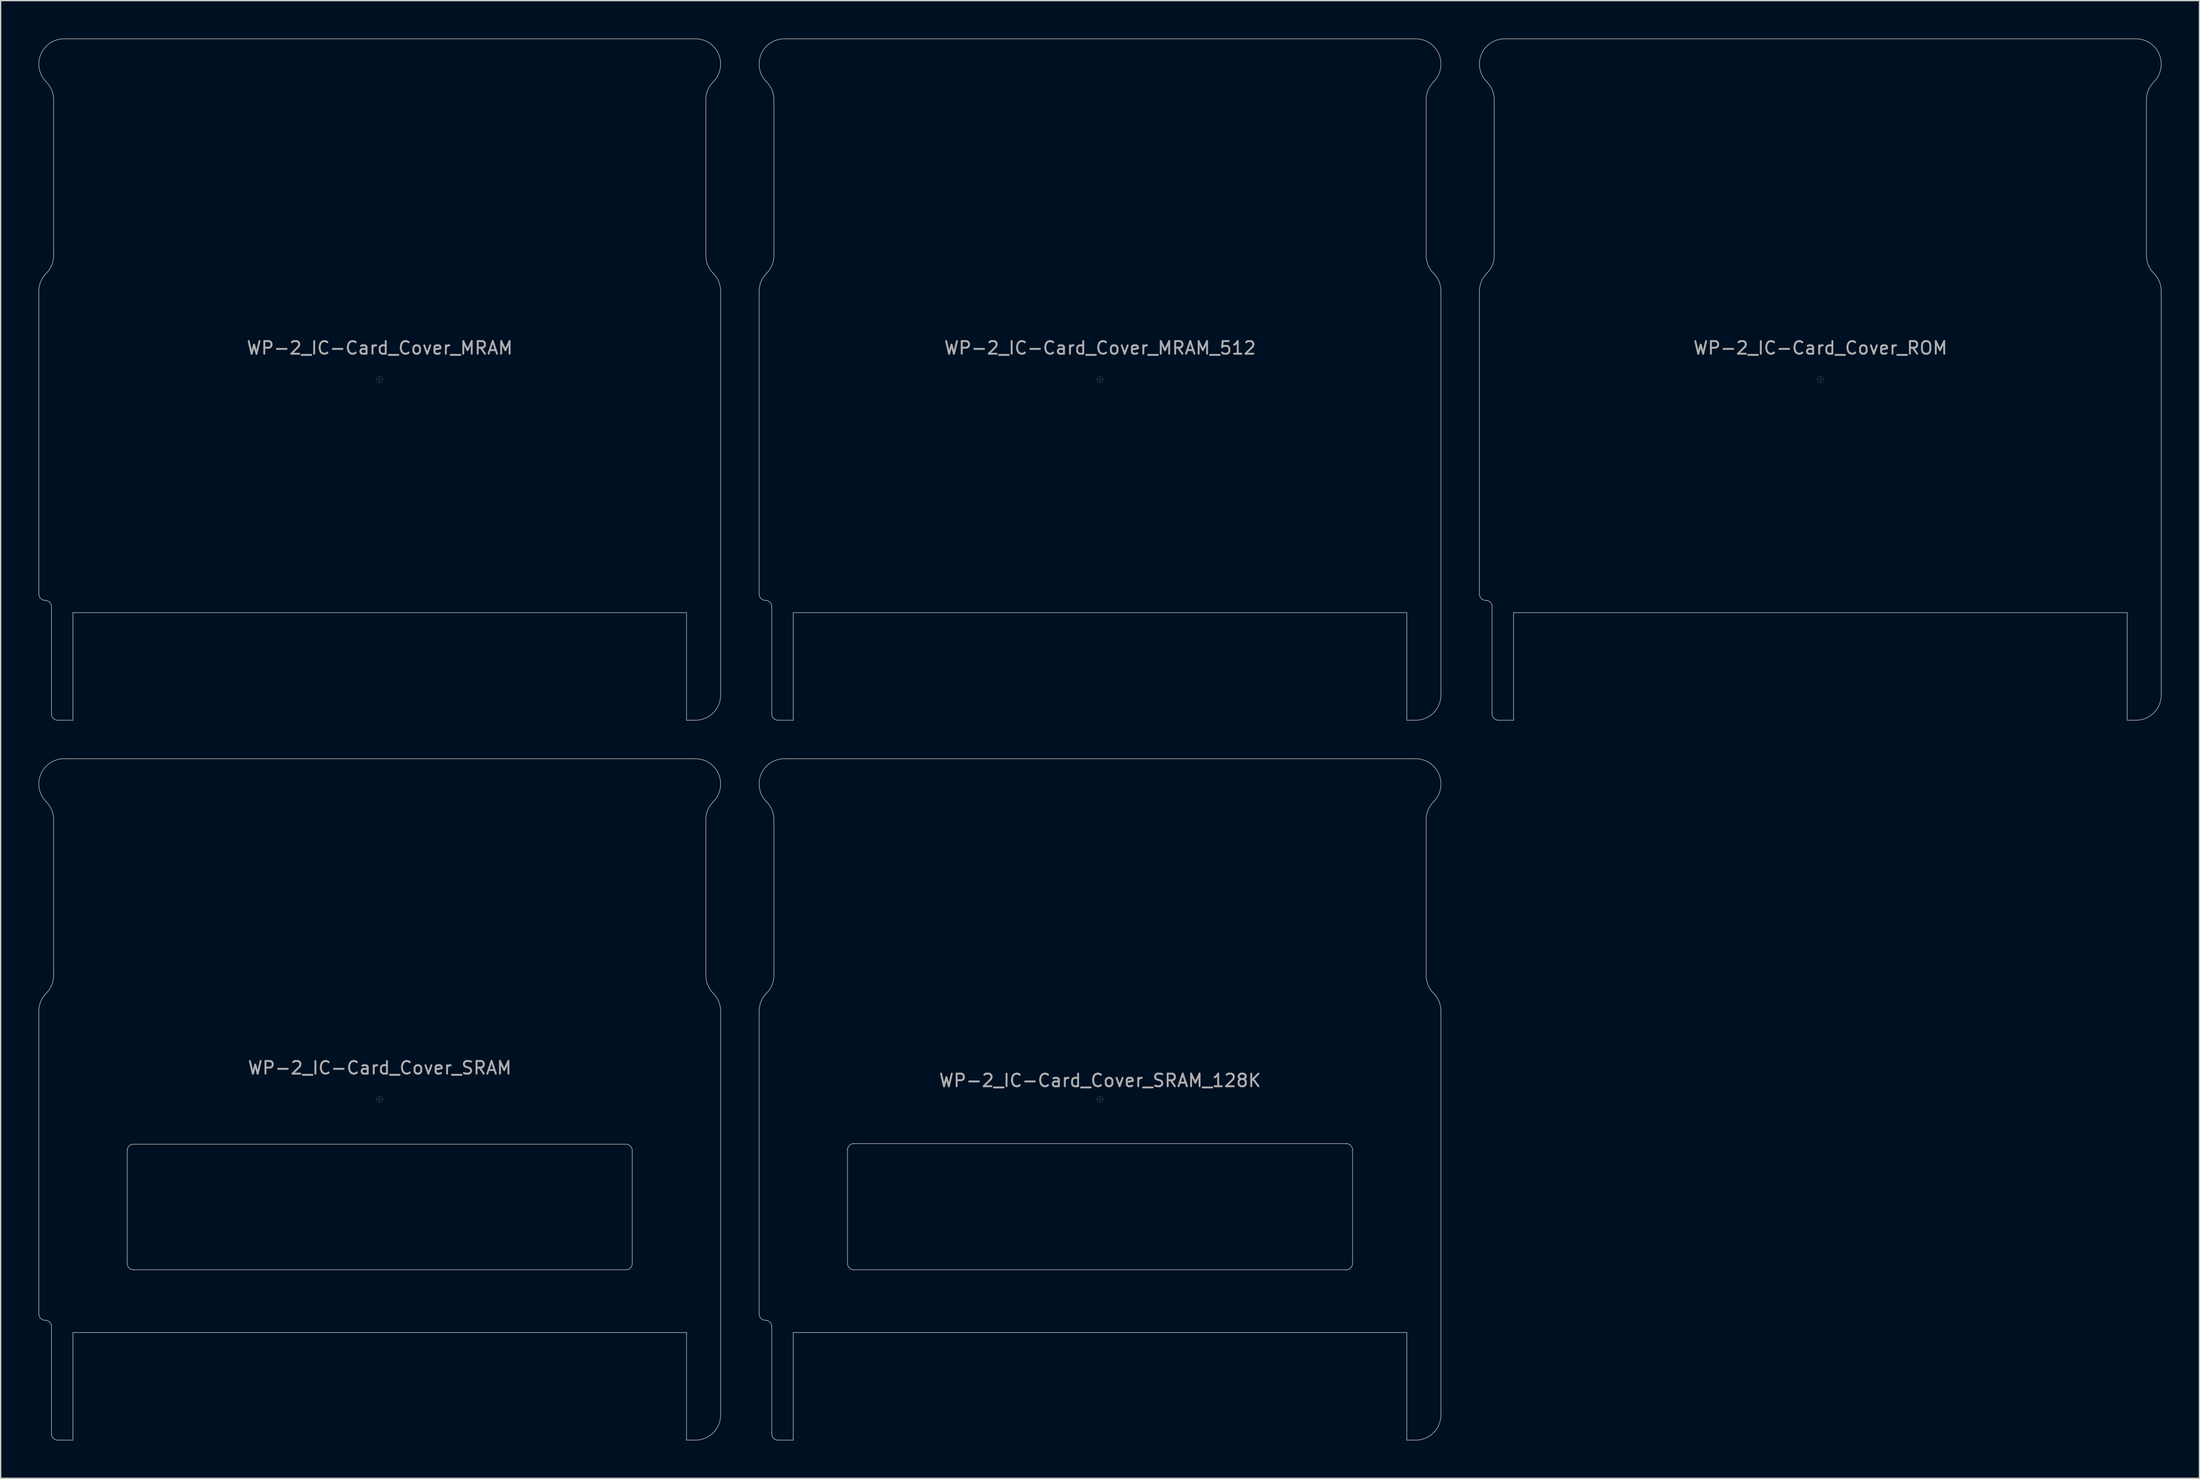
<source format=kicad_pcb>
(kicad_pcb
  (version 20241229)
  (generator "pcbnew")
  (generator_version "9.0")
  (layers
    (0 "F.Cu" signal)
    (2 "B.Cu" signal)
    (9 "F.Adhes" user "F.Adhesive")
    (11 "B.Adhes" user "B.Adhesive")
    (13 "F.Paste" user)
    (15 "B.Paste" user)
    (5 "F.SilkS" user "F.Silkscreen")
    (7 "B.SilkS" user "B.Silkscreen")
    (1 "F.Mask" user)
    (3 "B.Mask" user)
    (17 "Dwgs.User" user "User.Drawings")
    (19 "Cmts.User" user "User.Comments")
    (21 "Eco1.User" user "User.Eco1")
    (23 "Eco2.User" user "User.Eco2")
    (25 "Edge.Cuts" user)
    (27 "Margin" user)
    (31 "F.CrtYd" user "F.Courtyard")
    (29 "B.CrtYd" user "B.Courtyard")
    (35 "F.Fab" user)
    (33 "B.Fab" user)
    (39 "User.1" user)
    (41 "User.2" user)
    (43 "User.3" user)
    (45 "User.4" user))
  (footprint "WP-2_IC-Card_Cover_ROM"
    (layer "F.Cu")
    (at 141.125 27.025)
    (property "Reference" "WP-2_IC-Card_Cover_ROM" (at 0 -2.5 0) (unlocked yes) (layer "F.Fab") (effects (font (size 1 1) (thickness 0.15))))
    (attr board_only exclude_from_pos_files exclude_from_bom)
    (fp_line (start -27 17) (end -27 -7) (stroke (width 0.05) (type solid)) (layer "F.Fab"))
    (fp_line (start -26 26.5) (end -26 18) (stroke (width 0.05) (type solid)) (layer "F.Fab"))
    (fp_line (start -25.828 -22.172) (end -25.828 -9.828) (stroke (width 0.05) (type solid)) (layer "F.Fab"))
    (fp_line (start -25 -27) (end 25 -27) (stroke (width 0.05) (type solid)) (layer "F.Fab"))
    (fp_line (start -24.3 18.475) (end -24.3 27) (stroke (width 0.05) (type solid)) (layer "F.Fab"))
    (fp_line (start -24.3 27) (end -25.5 27) (stroke (width 0.05) (type solid)) (layer "F.Fab"))
    (fp_line (start -0.25 0) (end 0.25 0) (stroke (width 0.01) (type default)) (layer "F.Fab"))
    (fp_line (start 0 -0.25) (end 0 0.25) (stroke (width 0.01) (type default)) (layer "F.Fab"))
    (fp_line (start 24.3 18.475) (end -24.3 18.475) (stroke (width 0.05) (type solid)) (layer "F.Fab"))
    (fp_line (start 24.3 27) (end 24.3 18.475) (stroke (width 0.05) (type solid)) (layer "F.Fab"))
    (fp_line (start 25 27) (end 24.3 27) (stroke (width 0.05) (type solid)) (layer "F.Fab"))
    (fp_line (start 25.828 -9.828) (end 25.828 -22.172) (stroke (width 0.05) (type solid)) (layer "F.Fab"))
    (fp_line (start 27 -7) (end 27 25) (stroke (width 0.05) (type solid)) (layer "F.Fab"))
    (fp_arc (start -27 -7) (mid -26.847759 -7.765367) (end -26.414214 -8.414214) (stroke (width 0.05) (type solid)) (layer "F.Fab"))
    (fp_arc (start -26.5 17.5) (mid -26.853553 17.353553) (end -27 17) (stroke (width 0.05) (type solid)) (layer "F.Fab"))
    (fp_arc (start -26.5 17.5) (mid -26.146447 17.646447) (end -26 18) (stroke (width 0.05) (type solid)) (layer "F.Fab"))
    (fp_arc (start -26.414214 -23.585786) (mid -25.980671 -22.936938) (end -25.828427 -22.171572) (stroke (width 0.05) (type solid)) (layer "F.Fab"))
    (fp_arc (start -26.414214 -23.585786) (mid -26.84776 -25.765367) (end -25 -27) (stroke (width 0.05) (type solid)) (layer "F.Fab"))
    (fp_arc (start -25.828427 -9.828428) (mid -25.98066 -9.063058) (end -26.414214 -8.414214) (stroke (width 0.05) (type solid)) (layer "F.Fab"))
    (fp_arc (start -25.5 27) (mid -25.853553 26.853553) (end -26 26.5) (stroke (width 0.05) (type solid)) (layer "F.Fab"))
    (fp_arc (start 25 -27) (mid 26.847759 -25.765367) (end 26.414213 -23.585788) (stroke (width 0.05) (type solid)) (layer "F.Fab"))
    (fp_arc (start 25.828427 -22.171574) (mid 25.980667 -22.936939) (end 26.414213 -23.585788) (stroke (width 0.05) (type solid)) (layer "F.Fab"))
    (fp_arc (start 26.414214 -8.414214) (mid 25.98065 -9.063055) (end 25.828427 -9.828428) (stroke (width 0.05) (type solid)) (layer "F.Fab"))
    (fp_arc (start 26.414214 -8.414214) (mid 26.84776 -7.765367) (end 27 -7) (stroke (width 0.05) (type solid)) (layer "F.Fab"))
    (fp_arc (start 27 25) (mid 26.414214 26.414214) (end 25 27) (stroke (width 0.05) (type solid)) (layer "F.Fab"))
    (fp_circle (center 0 0) (end 0.25 0) (stroke (width 0.01) (type default)) (fill no) (layer "F.Fab")))
  (footprint "WP-2_IC-Card_Cover_SRAM"
    (layer "F.Cu")
    (at 27.025 84.075)
    (property "Reference" "WP-2_IC-Card_Cover_SRAM" (at 0 -2.5 0) (unlocked yes) (layer "F.Fab") (effects (font (size 1 1) (thickness 0.15))))
    (attr board_only exclude_from_pos_files exclude_from_bom)
    (fp_line (start -27 17) (end -27 -7) (stroke (width 0.05) (type solid)) (layer "F.Fab"))
    (fp_line (start -26 26.5) (end -26 18) (stroke (width 0.05) (type solid)) (layer "F.Fab"))
    (fp_line (start -25.828 -22.172) (end -25.828 -9.828) (stroke (width 0.05) (type solid)) (layer "F.Fab"))
    (fp_line (start -25 -27) (end 25 -27) (stroke (width 0.05) (type solid)) (layer "F.Fab"))
    (fp_line (start -24.3 18.475) (end -24.3 27) (stroke (width 0.05) (type solid)) (layer "F.Fab"))
    (fp_line (start -24.3 27) (end -25.5 27) (stroke (width 0.05) (type solid)) (layer "F.Fab"))
    (fp_line (start -20 13) (end -20 4.05) (stroke (width 0.05) (type default)) (layer "F.Fab"))
    (fp_line (start -19.5 3.55) (end 19.5 3.55) (stroke (width 0.05) (type default)) (layer "F.Fab"))
    (fp_line (start -0.25 0) (end 0.25 0) (stroke (width 0.01) (type default)) (layer "F.Fab"))
    (fp_line (start 0 -0.25) (end 0 0.25) (stroke (width 0.01) (type default)) (layer "F.Fab"))
    (fp_line (start 19.5 13.5) (end -19.5 13.5) (stroke (width 0.05) (type default)) (layer "F.Fab"))
    (fp_line (start 20 4.05) (end 20 13) (stroke (width 0.05) (type default)) (layer "F.Fab"))
    (fp_line (start 24.3 18.475) (end -24.3 18.475) (stroke (width 0.05) (type solid)) (layer "F.Fab"))
    (fp_line (start 24.3 27) (end 24.3 18.475) (stroke (width 0.05) (type solid)) (layer "F.Fab"))
    (fp_line (start 25 27) (end 24.3 27) (stroke (width 0.05) (type solid)) (layer "F.Fab"))
    (fp_line (start 25.828 -9.828) (end 25.828 -22.172) (stroke (width 0.05) (type solid)) (layer "F.Fab"))
    (fp_line (start 27 -7) (end 27 25) (stroke (width 0.05) (type solid)) (layer "F.Fab"))
    (fp_arc (start -27 -7) (mid -26.847759 -7.765367) (end -26.414214 -8.414214) (stroke (width 0.05) (type solid)) (layer "F.Fab"))
    (fp_arc (start -26.5 17.5) (mid -26.853553 17.353553) (end -27 17) (stroke (width 0.05) (type solid)) (layer "F.Fab"))
    (fp_arc (start -26.5 17.5) (mid -26.146447 17.646447) (end -26 18) (stroke (width 0.05) (type solid)) (layer "F.Fab"))
    (fp_arc (start -26.414214 -23.585786) (mid -25.980671 -22.936938) (end -25.828427 -22.171572) (stroke (width 0.05) (type solid)) (layer "F.Fab"))
    (fp_arc (start -26.414214 -23.585786) (mid -26.84776 -25.765367) (end -25 -27) (stroke (width 0.05) (type solid)) (layer "F.Fab"))
    (fp_arc (start -25.828427 -9.828428) (mid -25.98066 -9.063058) (end -26.414214 -8.414214) (stroke (width 0.05) (type solid)) (layer "F.Fab"))
    (fp_arc (start -25.5 27) (mid -25.853553 26.853553) (end -26 26.5) (stroke (width 0.05) (type solid)) (layer "F.Fab"))
    (fp_arc (start -20 4.05) (mid -19.853553 3.696447) (end -19.5 3.55) (stroke (width 0.05) (type default)) (layer "F.Fab"))
    (fp_arc (start -19.5 13.499999) (mid -19.853553 13.353553) (end -19.999999 13) (stroke (width 0.05) (type default)) (layer "F.Fab"))
    (fp_arc (start 19.5 3.550001) (mid 19.853553 3.696447) (end 19.999999 4.05) (stroke (width 0.05) (type default)) (layer "F.Fab"))
    (fp_arc (start 19.999999 13) (mid 19.853553 13.353553) (end 19.5 13.499999) (stroke (width 0.05) (type default)) (layer "F.Fab"))
    (fp_arc (start 25 -27) (mid 26.847759 -25.765367) (end 26.414213 -23.585788) (stroke (width 0.05) (type solid)) (layer "F.Fab"))
    (fp_arc (start 25.828427 -22.171574) (mid 25.980667 -22.936939) (end 26.414213 -23.585788) (stroke (width 0.05) (type solid)) (layer "F.Fab"))
    (fp_arc (start 26.414214 -8.414214) (mid 25.98065 -9.063055) (end 25.828427 -9.828428) (stroke (width 0.05) (type solid)) (layer "F.Fab"))
    (fp_arc (start 26.414214 -8.414214) (mid 26.84776 -7.765367) (end 27 -7) (stroke (width 0.05) (type solid)) (layer "F.Fab"))
    (fp_arc (start 27 25) (mid 26.414214 26.414214) (end 25 27) (stroke (width 0.05) (type solid)) (layer "F.Fab"))
    (fp_circle (center 0 0) (end 0.25 0) (stroke (width 0.01) (type default)) (fill no) (layer "F.Fab")))
  (footprint "WP-2_IC-Card_Cover_MRAM_512"
    (layer "F.Cu")
    (at 84.075 27.025)
    (property "Reference" "WP-2_IC-Card_Cover_MRAM_512" (at 0 -2.5 0) (unlocked yes) (layer "F.Fab") (effects (font (size 1 1) (thickness 0.15))))
    (attr exclude_from_pos_files exclude_from_bom allow_missing_courtyard)
    (fp_line (start -27 17) (end -27 -7) (stroke (width 0.05) (type solid)) (layer "F.Fab"))
    (fp_line (start -26 26.5) (end -26 18) (stroke (width 0.05) (type solid)) (layer "F.Fab"))
    (fp_line (start -25.828 -22.172) (end -25.828 -9.828) (stroke (width 0.05) (type solid)) (layer "F.Fab"))
    (fp_line (start -25 -27) (end 25 -27) (stroke (width 0.05) (type solid)) (layer "F.Fab"))
    (fp_line (start -24.3 18.475) (end -24.3 27) (stroke (width 0.05) (type solid)) (layer "F.Fab"))
    (fp_line (start -24.3 27) (end -25.5 27) (stroke (width 0.05) (type solid)) (layer "F.Fab"))
    (fp_line (start -0.25 0) (end 0.25 0) (stroke (width 0.01) (type default)) (layer "F.Fab"))
    (fp_line (start 0 -0.25) (end 0 0.25) (stroke (width 0.01) (type default)) (layer "F.Fab"))
    (fp_line (start 24.3 18.475) (end -24.3 18.475) (stroke (width 0.05) (type solid)) (layer "F.Fab"))
    (fp_line (start 24.3 27) (end 24.3 18.475) (stroke (width 0.05) (type solid)) (layer "F.Fab"))
    (fp_line (start 25 27) (end 24.3 27) (stroke (width 0.05) (type solid)) (layer "F.Fab"))
    (fp_line (start 25.828 -9.828) (end 25.828 -22.172) (stroke (width 0.05) (type solid)) (layer "F.Fab"))
    (fp_line (start 27 -7) (end 27 25) (stroke (width 0.05) (type solid)) (layer "F.Fab"))
    (fp_arc (start -27 -7) (mid -26.847759 -7.765367) (end -26.414214 -8.414214) (stroke (width 0.05) (type solid)) (layer "F.Fab"))
    (fp_arc (start -26.5 17.5) (mid -26.853553 17.353553) (end -27 17) (stroke (width 0.05) (type solid)) (layer "F.Fab"))
    (fp_arc (start -26.5 17.5) (mid -26.146447 17.646447) (end -26 18) (stroke (width 0.05) (type solid)) (layer "F.Fab"))
    (fp_arc (start -26.414214 -23.585786) (mid -25.980671 -22.936938) (end -25.828427 -22.171572) (stroke (width 0.05) (type solid)) (layer "F.Fab"))
    (fp_arc (start -26.414214 -23.585786) (mid -26.84776 -25.765367) (end -25 -27) (stroke (width 0.05) (type solid)) (layer "F.Fab"))
    (fp_arc (start -25.828427 -9.828428) (mid -25.98066 -9.063058) (end -26.414214 -8.414214) (stroke (width 0.05) (type solid)) (layer "F.Fab"))
    (fp_arc (start -25.5 27) (mid -25.853553 26.853553) (end -26 26.5) (stroke (width 0.05) (type solid)) (layer "F.Fab"))
    (fp_arc (start 25 -27) (mid 26.847759 -25.765367) (end 26.414213 -23.585788) (stroke (width 0.05) (type solid)) (layer "F.Fab"))
    (fp_arc (start 25.828427 -22.171574) (mid 25.980667 -22.936939) (end 26.414213 -23.585788) (stroke (width 0.05) (type solid)) (layer "F.Fab"))
    (fp_arc (start 26.414214 -8.414214) (mid 25.98065 -9.063055) (end 25.828427 -9.828428) (stroke (width 0.05) (type solid)) (layer "F.Fab"))
    (fp_arc (start 26.414214 -8.414214) (mid 26.84776 -7.765367) (end 27 -7) (stroke (width 0.05) (type solid)) (layer "F.Fab"))
    (fp_arc (start 27 25) (mid 26.414214 26.414214) (end 25 27) (stroke (width 0.05) (type solid)) (layer "F.Fab"))
    (fp_circle (center 0 0) (end 0.25 0) (stroke (width 0.01) (type default)) (fill no) (layer "F.Fab")))
  (footprint "WP-2_IC-Card_Cover_SRAM_128K"
    (layer "F.Cu")
    (at 84.075 84.075)
    (property "Reference" "WP-2_IC-Card_Cover_SRAM_128K" (at 0 -1.5 0) (unlocked yes) (layer "F.Fab") (effects (font (size 1 1) (thickness 0.15))))
    (attr board_only exclude_from_pos_files exclude_from_bom)
    (fp_line (start -27 17) (end -27 -7) (stroke (width 0.05) (type solid)) (layer "F.Fab"))
    (fp_line (start -26 26.5) (end -26 18) (stroke (width 0.05) (type solid)) (layer "F.Fab"))
    (fp_line (start -25.828 -22.172) (end -25.828 -9.828) (stroke (width 0.05) (type solid)) (layer "F.Fab"))
    (fp_line (start -25 -27) (end 25 -27) (stroke (width 0.05) (type solid)) (layer "F.Fab"))
    (fp_line (start -24.3 18.475) (end -24.3 27) (stroke (width 0.05) (type solid)) (layer "F.Fab"))
    (fp_line (start -24.3 27) (end -25.5 27) (stroke (width 0.05) (type solid)) (layer "F.Fab"))
    (fp_line (start -20 13) (end -20 4) (stroke (width 0.05) (type default)) (layer "F.Fab"))
    (fp_line (start -19.5 3.5) (end 19.5 3.5) (stroke (width 0.05) (type default)) (layer "F.Fab"))
    (fp_line (start -0.25 0) (end 0.25 0) (stroke (width 0.01) (type default)) (layer "F.Fab"))
    (fp_line (start 0 -0.25) (end 0 0.25) (stroke (width 0.01) (type default)) (layer "F.Fab"))
    (fp_line (start 19.5 13.5) (end -19.5 13.5) (stroke (width 0.05) (type default)) (layer "F.Fab"))
    (fp_line (start 20 4) (end 20 13) (stroke (width 0.05) (type default)) (layer "F.Fab"))
    (fp_line (start 24.3 18.475) (end -24.3 18.475) (stroke (width 0.05) (type solid)) (layer "F.Fab"))
    (fp_line (start 24.3 27) (end 24.3 18.475) (stroke (width 0.05) (type solid)) (layer "F.Fab"))
    (fp_line (start 25 27) (end 24.3 27) (stroke (width 0.05) (type solid)) (layer "F.Fab"))
    (fp_line (start 25.828 -9.828) (end 25.828 -22.172) (stroke (width 0.05) (type solid)) (layer "F.Fab"))
    (fp_line (start 27 -7) (end 27 25) (stroke (width 0.05) (type solid)) (layer "F.Fab"))
    (fp_arc (start -27 -7) (mid -26.847759 -7.765367) (end -26.414214 -8.414214) (stroke (width 0.05) (type solid)) (layer "F.Fab"))
    (fp_arc (start -26.5 17.5) (mid -26.853553 17.353553) (end -27 17) (stroke (width 0.05) (type solid)) (layer "F.Fab"))
    (fp_arc (start -26.5 17.5) (mid -26.146447 17.646447) (end -26 18) (stroke (width 0.05) (type solid)) (layer "F.Fab"))
    (fp_arc (start -26.414214 -23.585786) (mid -25.980671 -22.936938) (end -25.828427 -22.171572) (stroke (width 0.05) (type solid)) (layer "F.Fab"))
    (fp_arc (start -26.414214 -23.585786) (mid -26.84776 -25.765367) (end -25 -27) (stroke (width 0.05) (type solid)) (layer "F.Fab"))
    (fp_arc (start -25.828427 -9.828428) (mid -25.98066 -9.063058) (end -26.414214 -8.414214) (stroke (width 0.05) (type solid)) (layer "F.Fab"))
    (fp_arc (start -25.5 27) (mid -25.853553 26.853553) (end -26 26.5) (stroke (width 0.05) (type solid)) (layer "F.Fab"))
    (fp_arc (start -20 4) (mid -19.853553 3.646447) (end -19.5 3.5) (stroke (width 0.05) (type default)) (layer "F.Fab"))
    (fp_arc (start -19.5 13.499999) (mid -19.853553 13.353553) (end -19.999999 13) (stroke (width 0.05) (type default)) (layer "F.Fab"))
    (fp_arc (start 19.5 3.500001) (mid 19.853553 3.646447) (end 19.999999 4) (stroke (width 0.05) (type default)) (layer "F.Fab"))
    (fp_arc (start 19.999999 13) (mid 19.853553 13.353553) (end 19.5 13.499999) (stroke (width 0.05) (type default)) (layer "F.Fab"))
    (fp_arc (start 25 -27) (mid 26.847759 -25.765367) (end 26.414213 -23.585788) (stroke (width 0.05) (type solid)) (layer "F.Fab"))
    (fp_arc (start 25.828427 -22.171574) (mid 25.980667 -22.936939) (end 26.414213 -23.585788) (stroke (width 0.05) (type solid)) (layer "F.Fab"))
    (fp_arc (start 26.414214 -8.414214) (mid 25.98065 -9.063055) (end 25.828427 -9.828428) (stroke (width 0.05) (type solid)) (layer "F.Fab"))
    (fp_arc (start 26.414214 -8.414214) (mid 26.84776 -7.765367) (end 27 -7) (stroke (width 0.05) (type solid)) (layer "F.Fab"))
    (fp_arc (start 27 25) (mid 26.414214 26.414214) (end 25 27) (stroke (width 0.05) (type solid)) (layer "F.Fab"))
    (fp_circle (center 0 0) (end 0.25 0) (stroke (width 0.01) (type default)) (fill no) (layer "F.Fab")))
  (footprint "WP-2_IC-Card_Cover_MRAM"
    (layer "F.Cu")
    (at 27.025 27.025)
    (property "Reference" "WP-2_IC-Card_Cover_MRAM" (at 0 -2.5 0) (unlocked yes) (layer "F.Fab") (effects (font (size 1 1) (thickness 0.15))))
    (attr exclude_from_pos_files exclude_from_bom allow_missing_courtyard)
    (fp_line (start -27 17) (end -27 -7) (stroke (width 0.05) (type solid)) (layer "F.Fab"))
    (fp_line (start -26 26.5) (end -26 18) (stroke (width 0.05) (type solid)) (layer "F.Fab"))
    (fp_line (start -25.828 -22.172) (end -25.828 -9.828) (stroke (width 0.05) (type solid)) (layer "F.Fab"))
    (fp_line (start -25 -27) (end 25 -27) (stroke (width 0.05) (type solid)) (layer "F.Fab"))
    (fp_line (start -24.3 18.475) (end -24.3 27) (stroke (width 0.05) (type solid)) (layer "F.Fab"))
    (fp_line (start -24.3 27) (end -25.5 27) (stroke (width 0.05) (type solid)) (layer "F.Fab"))
    (fp_line (start -0.25 0) (end 0.25 0) (stroke (width 0.01) (type default)) (layer "F.Fab"))
    (fp_line (start 0 -0.25) (end 0 0.25) (stroke (width 0.01) (type default)) (layer "F.Fab"))
    (fp_line (start 24.3 18.475) (end -24.3 18.475) (stroke (width 0.05) (type solid)) (layer "F.Fab"))
    (fp_line (start 24.3 27) (end 24.3 18.475) (stroke (width 0.05) (type solid)) (layer "F.Fab"))
    (fp_line (start 25 27) (end 24.3 27) (stroke (width 0.05) (type solid)) (layer "F.Fab"))
    (fp_line (start 25.828 -9.828) (end 25.828 -22.172) (stroke (width 0.05) (type solid)) (layer "F.Fab"))
    (fp_line (start 27 -7) (end 27 25) (stroke (width 0.05) (type solid)) (layer "F.Fab"))
    (fp_arc (start -27 -7) (mid -26.847759 -7.765367) (end -26.414214 -8.414214) (stroke (width 0.05) (type solid)) (layer "F.Fab"))
    (fp_arc (start -26.5 17.5) (mid -26.853553 17.353553) (end -27 17) (stroke (width 0.05) (type solid)) (layer "F.Fab"))
    (fp_arc (start -26.5 17.5) (mid -26.146447 17.646447) (end -26 18) (stroke (width 0.05) (type solid)) (layer "F.Fab"))
    (fp_arc (start -26.414214 -23.585786) (mid -25.980671 -22.936938) (end -25.828427 -22.171572) (stroke (width 0.05) (type solid)) (layer "F.Fab"))
    (fp_arc (start -26.414214 -23.585786) (mid -26.84776 -25.765367) (end -25 -27) (stroke (width 0.05) (type solid)) (layer "F.Fab"))
    (fp_arc (start -25.828427 -9.828428) (mid -25.98066 -9.063058) (end -26.414214 -8.414214) (stroke (width 0.05) (type solid)) (layer "F.Fab"))
    (fp_arc (start -25.5 27) (mid -25.853553 26.853553) (end -26 26.5) (stroke (width 0.05) (type solid)) (layer "F.Fab"))
    (fp_arc (start 25 -27) (mid 26.847759 -25.765367) (end 26.414213 -23.585788) (stroke (width 0.05) (type solid)) (layer "F.Fab"))
    (fp_arc (start 25.828427 -22.171574) (mid 25.980667 -22.936939) (end 26.414213 -23.585788) (stroke (width 0.05) (type solid)) (layer "F.Fab"))
    (fp_arc (start 26.414214 -8.414214) (mid 25.98065 -9.063055) (end 25.828427 -9.828428) (stroke (width 0.05) (type solid)) (layer "F.Fab"))
    (fp_arc (start 26.414214 -8.414214) (mid 26.84776 -7.765367) (end 27 -7) (stroke (width 0.05) (type solid)) (layer "F.Fab"))
    (fp_arc (start 27 25) (mid 26.414214 26.414214) (end 25 27) (stroke (width 0.05) (type solid)) (layer "F.Fab"))
    (fp_circle (center 0 0) (end 0.25 0) (stroke (width 0.01) (type default)) (fill no) (layer "F.Fab")))
  (gr_rect
    (start -3 -3)
    (end 171.15 114.1)
    (stroke (width 0.1) (type default))
    (fill no)
    (layer "Edge.Cuts")))
</source>
